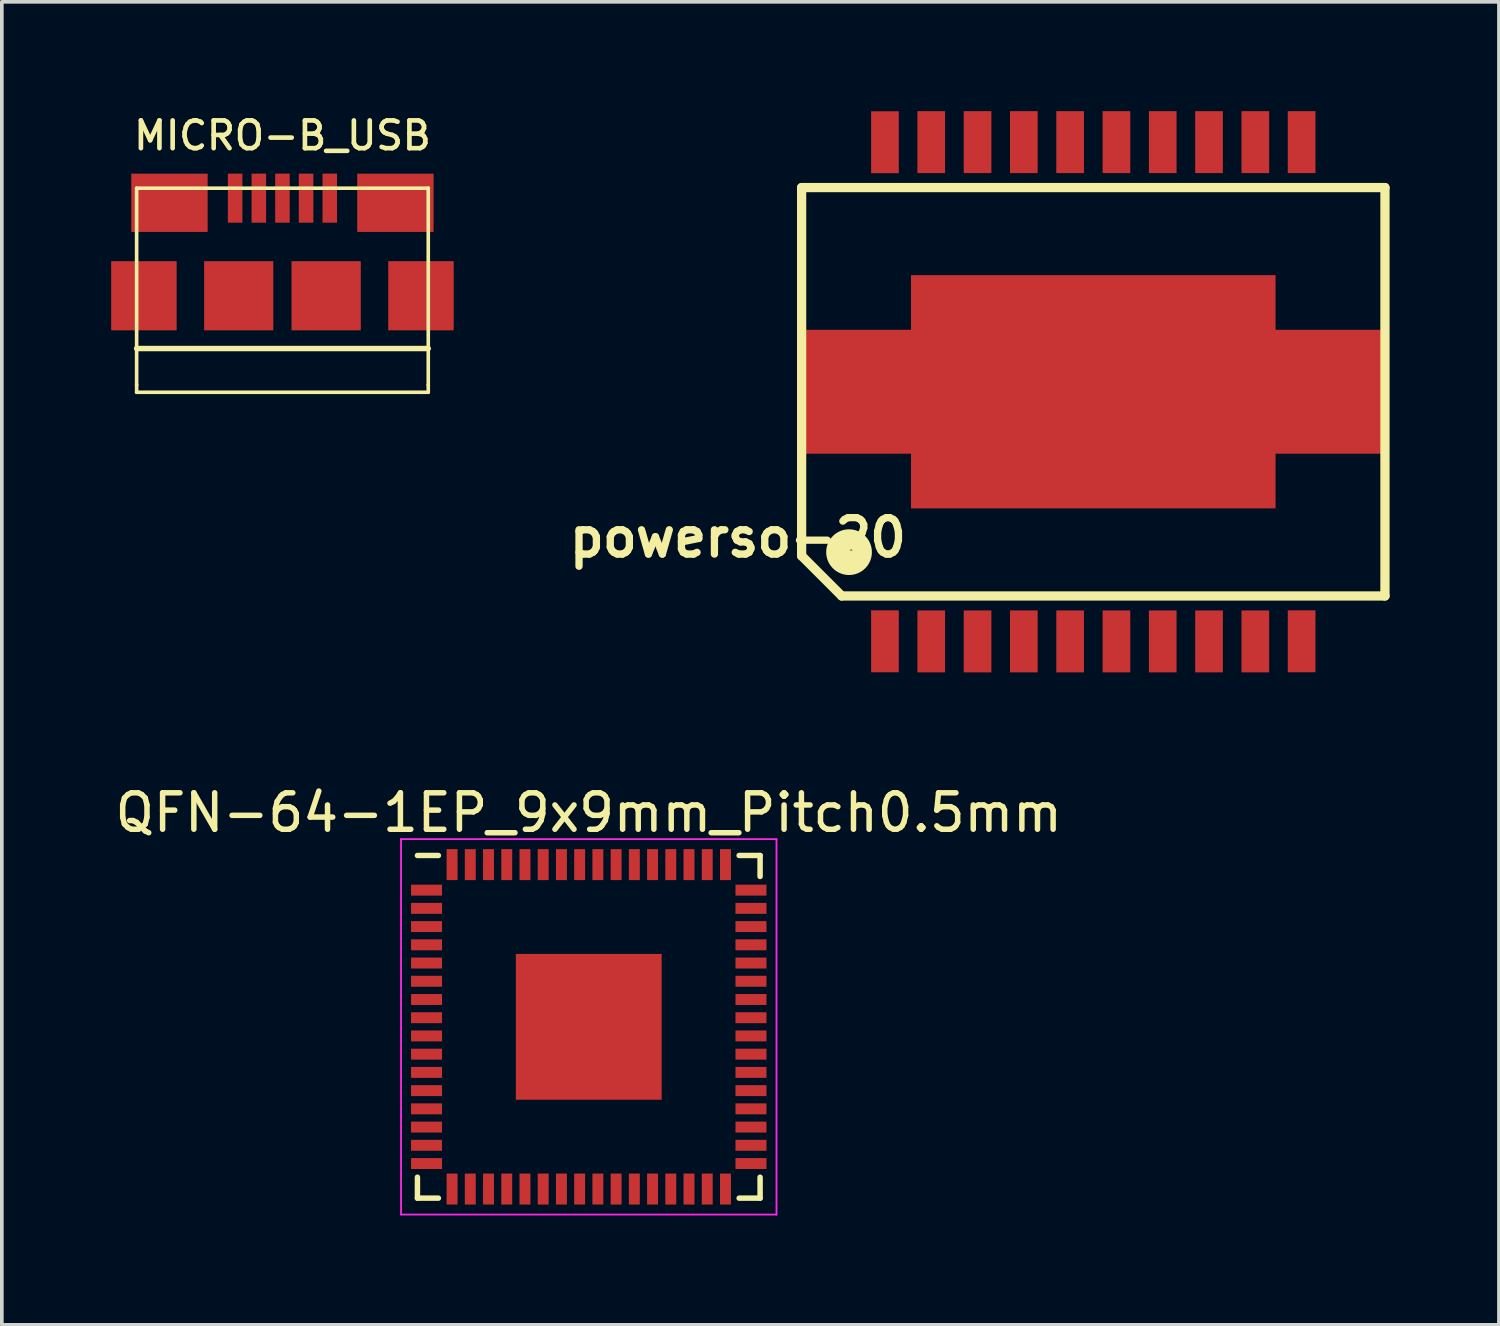
<source format=kicad_pcb>
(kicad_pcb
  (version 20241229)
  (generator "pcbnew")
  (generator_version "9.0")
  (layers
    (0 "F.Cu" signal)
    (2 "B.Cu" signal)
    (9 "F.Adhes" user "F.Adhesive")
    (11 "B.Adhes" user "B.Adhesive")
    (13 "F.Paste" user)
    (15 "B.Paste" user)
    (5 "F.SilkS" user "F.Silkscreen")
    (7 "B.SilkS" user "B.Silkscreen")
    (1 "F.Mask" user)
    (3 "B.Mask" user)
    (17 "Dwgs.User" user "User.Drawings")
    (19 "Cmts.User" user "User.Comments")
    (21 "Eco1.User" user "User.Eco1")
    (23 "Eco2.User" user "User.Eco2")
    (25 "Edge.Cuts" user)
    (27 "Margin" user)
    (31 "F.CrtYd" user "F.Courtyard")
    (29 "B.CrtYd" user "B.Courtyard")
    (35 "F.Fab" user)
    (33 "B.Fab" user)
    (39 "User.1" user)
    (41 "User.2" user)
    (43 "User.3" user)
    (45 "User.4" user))
  (footprint "QFN-64-1EP_9x9mm_Pitch0.5mm"
    (layer "F.Cu")
    (at 13.101 25.118)
    (property "Reference" "QFN-64-1EP_9x9mm_Pitch0.5mm" (at 0 -5.875 0) (layer "F.SilkS") (effects (font (size 1 1) (thickness 0.15))))
    (attr smd)
    (fp_line (start -4.7 -4.7) (end -4.125 -4.7) (stroke (width 0.15) (type solid)) (layer "F.SilkS"))
    (fp_line (start -4.7 4.7) (end -4.7 4.125) (stroke (width 0.15) (type solid)) (layer "F.SilkS"))
    (fp_line (start -4.7 4.7) (end -4.125 4.7) (stroke (width 0.15) (type solid)) (layer "F.SilkS"))
    (fp_line (start 4.7 -4.7) (end 4.125 -4.7) (stroke (width 0.15) (type solid)) (layer "F.SilkS"))
    (fp_line (start 4.7 -4.7) (end 4.7 -4.125) (stroke (width 0.15) (type solid)) (layer "F.SilkS"))
    (fp_line (start 4.7 4.7) (end 4.125 4.7) (stroke (width 0.15) (type solid)) (layer "F.SilkS"))
    (fp_line (start 4.7 4.7) (end 4.7 4.125) (stroke (width 0.15) (type solid)) (layer "F.SilkS"))
    (fp_line (start -5.15 -5.15) (end -5.15 5.15) (stroke (width 0.05) (type solid)) (layer "F.CrtYd"))
    (fp_line (start -5.15 -5.15) (end 5.15 -5.15) (stroke (width 0.05) (type solid)) (layer "F.CrtYd"))
    (fp_line (start -5.15 5.15) (end 5.15 5.15) (stroke (width 0.05) (type solid)) (layer "F.CrtYd"))
    (fp_line (start 5.15 -5.15) (end 5.15 5.15) (stroke (width 0.05) (type solid)) (layer "F.CrtYd"))
    (pad "1" smd rect (at -4.45 -3.75) (size 0.85 0.3) (layers "F.Cu" "F.Mask" "F.Paste"))
    (pad "2" smd rect (at -4.45 -3.25) (size 0.85 0.3) (layers "F.Cu" "F.Mask" "F.Paste"))
    (pad "3" smd rect (at -4.45 -2.75) (size 0.85 0.3) (layers "F.Cu" "F.Mask" "F.Paste"))
    (pad "4" smd rect (at -4.45 -2.25) (size 0.85 0.3) (layers "F.Cu" "F.Mask" "F.Paste"))
    (pad "5" smd rect (at -4.45 -1.75) (size 0.85 0.3) (layers "F.Cu" "F.Mask" "F.Paste"))
    (pad "6" smd rect (at -4.45 -1.25) (size 0.85 0.3) (layers "F.Cu" "F.Mask" "F.Paste"))
    (pad "7" smd rect (at -4.45 -0.75) (size 0.85 0.3) (layers "F.Cu" "F.Mask" "F.Paste"))
    (pad "8" smd rect (at -4.45 -0.25) (size 0.85 0.3) (layers "F.Cu" "F.Mask" "F.Paste"))
    (pad "9" smd rect (at -4.45 0.25) (size 0.85 0.3) (layers "F.Cu" "F.Mask" "F.Paste"))
    (pad "10" smd rect (at -4.45 0.75) (size 0.85 0.3) (layers "F.Cu" "F.Mask" "F.Paste"))
    (pad "11" smd rect (at -4.45 1.25) (size 0.85 0.3) (layers "F.Cu" "F.Mask" "F.Paste"))
    (pad "12" smd rect (at -4.45 1.75) (size 0.85 0.3) (layers "F.Cu" "F.Mask" "F.Paste"))
    (pad "13" smd rect (at -4.45 2.25) (size 0.85 0.3) (layers "F.Cu" "F.Mask" "F.Paste"))
    (pad "14" smd rect (at -4.45 2.75) (size 0.85 0.3) (layers "F.Cu" "F.Mask" "F.Paste"))
    (pad "15" smd rect (at -4.45 3.25) (size 0.85 0.3) (layers "F.Cu" "F.Mask" "F.Paste"))
    (pad "16" smd rect (at -4.45 3.75) (size 0.85 0.3) (layers "F.Cu" "F.Mask" "F.Paste"))
    (pad "17" smd rect (at -3.75 4.45 90) (size 0.85 0.3) (layers "F.Cu" "F.Mask" "F.Paste"))
    (pad "18" smd rect (at -3.25 4.45 90) (size 0.85 0.3) (layers "F.Cu" "F.Mask" "F.Paste"))
    (pad "19" smd rect (at -2.75 4.45 90) (size 0.85 0.3) (layers "F.Cu" "F.Mask" "F.Paste"))
    (pad "20" smd rect (at -2.25 4.45 90) (size 0.85 0.3) (layers "F.Cu" "F.Mask" "F.Paste"))
    (pad "21" smd rect (at -1.75 4.45 90) (size 0.85 0.3) (layers "F.Cu" "F.Mask" "F.Paste"))
    (pad "22" smd rect (at -1.25 4.45 90) (size 0.85 0.3) (layers "F.Cu" "F.Mask" "F.Paste"))
    (pad "23" smd rect (at -0.75 4.45 90) (size 0.85 0.3) (layers "F.Cu" "F.Mask" "F.Paste"))
    (pad "24" smd rect (at -0.25 4.45 90) (size 0.85 0.3) (layers "F.Cu" "F.Mask" "F.Paste"))
    (pad "25" smd rect (at 0.25 4.45 90) (size 0.85 0.3) (layers "F.Cu" "F.Mask" "F.Paste"))
    (pad "26" smd rect (at 0.75 4.45 90) (size 0.85 0.3) (layers "F.Cu" "F.Mask" "F.Paste"))
    (pad "27" smd rect (at 1.25 4.45 90) (size 0.85 0.3) (layers "F.Cu" "F.Mask" "F.Paste"))
    (pad "28" smd rect (at 1.75 4.45 90) (size 0.85 0.3) (layers "F.Cu" "F.Mask" "F.Paste"))
    (pad "29" smd rect (at 2.25 4.45 90) (size 0.85 0.3) (layers "F.Cu" "F.Mask" "F.Paste"))
    (pad "30" smd rect (at 2.75 4.45 90) (size 0.85 0.3) (layers "F.Cu" "F.Mask" "F.Paste"))
    (pad "31" smd rect (at 3.25 4.45 90) (size 0.85 0.3) (layers "F.Cu" "F.Mask" "F.Paste"))
    (pad "32" smd rect (at 3.75 4.45 90) (size 0.85 0.3) (layers "F.Cu" "F.Mask" "F.Paste"))
    (pad "33" smd rect (at 4.45 3.75) (size 0.85 0.3) (layers "F.Cu" "F.Mask" "F.Paste"))
    (pad "34" smd rect (at 4.45 3.25) (size 0.85 0.3) (layers "F.Cu" "F.Mask" "F.Paste"))
    (pad "35" smd rect (at 4.45 2.75) (size 0.85 0.3) (layers "F.Cu" "F.Mask" "F.Paste"))
    (pad "36" smd rect (at 4.45 2.25) (size 0.85 0.3) (layers "F.Cu" "F.Mask" "F.Paste"))
    (pad "37" smd rect (at 4.45 1.75) (size 0.85 0.3) (layers "F.Cu" "F.Mask" "F.Paste"))
    (pad "38" smd rect (at 4.45 1.25) (size 0.85 0.3) (layers "F.Cu" "F.Mask" "F.Paste"))
    (pad "39" smd rect (at 4.45 0.75) (size 0.85 0.3) (layers "F.Cu" "F.Mask" "F.Paste"))
    (pad "40" smd rect (at 4.45 0.25) (size 0.85 0.3) (layers "F.Cu" "F.Mask" "F.Paste"))
    (pad "41" smd rect (at 4.45 -0.25) (size 0.85 0.3) (layers "F.Cu" "F.Mask" "F.Paste"))
    (pad "42" smd rect (at 4.45 -0.75) (size 0.85 0.3) (layers "F.Cu" "F.Mask" "F.Paste"))
    (pad "43" smd rect (at 4.45 -1.25) (size 0.85 0.3) (layers "F.Cu" "F.Mask" "F.Paste"))
    (pad "44" smd rect (at 4.45 -1.75) (size 0.85 0.3) (layers "F.Cu" "F.Mask" "F.Paste"))
    (pad "45" smd rect (at 4.45 -2.25) (size 0.85 0.3) (layers "F.Cu" "F.Mask" "F.Paste"))
    (pad "46" smd rect (at 4.45 -2.75) (size 0.85 0.3) (layers "F.Cu" "F.Mask" "F.Paste"))
    (pad "47" smd rect (at 4.45 -3.25) (size 0.85 0.3) (layers "F.Cu" "F.Mask" "F.Paste"))
    (pad "48" smd rect (at 4.45 -3.75) (size 0.85 0.3) (layers "F.Cu" "F.Mask" "F.Paste"))
    (pad "49" smd rect (at 3.75 -4.45 90) (size 0.85 0.3) (layers "F.Cu" "F.Mask" "F.Paste"))
    (pad "50" smd rect (at 3.25 -4.45 90) (size 0.85 0.3) (layers "F.Cu" "F.Mask" "F.Paste"))
    (pad "51" smd rect (at 2.75 -4.45 90) (size 0.85 0.3) (layers "F.Cu" "F.Mask" "F.Paste"))
    (pad "52" smd rect (at 2.25 -4.45 90) (size 0.85 0.3) (layers "F.Cu" "F.Mask" "F.Paste"))
    (pad "53" smd rect (at 1.75 -4.45 90) (size 0.85 0.3) (layers "F.Cu" "F.Mask" "F.Paste"))
    (pad "54" smd rect (at 1.25 -4.45 90) (size 0.85 0.3) (layers "F.Cu" "F.Mask" "F.Paste"))
    (pad "55" smd rect (at 0.75 -4.45 90) (size 0.85 0.3) (layers "F.Cu" "F.Mask" "F.Paste"))
    (pad "56" smd rect (at 0.25 -4.45 90) (size 0.85 0.3) (layers "F.Cu" "F.Mask" "F.Paste"))
    (pad "57" smd rect (at -0.25 -4.45 90) (size 0.85 0.3) (layers "F.Cu" "F.Mask" "F.Paste"))
    (pad "58" smd rect (at -0.75 -4.45 90) (size 0.85 0.3) (layers "F.Cu" "F.Mask" "F.Paste"))
    (pad "59" smd rect (at -1.25 -4.45 90) (size 0.85 0.3) (layers "F.Cu" "F.Mask" "F.Paste"))
    (pad "60" smd rect (at -1.75 -4.45 90) (size 0.85 0.3) (layers "F.Cu" "F.Mask" "F.Paste"))
    (pad "61" smd rect (at -2.25 -4.45 90) (size 0.85 0.3) (layers "F.Cu" "F.Mask" "F.Paste"))
    (pad "62" smd rect (at -2.75 -4.45 90) (size 0.85 0.3) (layers "F.Cu" "F.Mask" "F.Paste"))
    (pad "63" smd rect (at -3.25 -4.45 90) (size 0.85 0.3) (layers "F.Cu" "F.Mask" "F.Paste"))
    (pad "64" smd rect (at -3.75 -4.45 90) (size 0.85 0.3) (layers "F.Cu" "F.Mask" "F.Paste"))
    (pad "65" smd rect (at 0 0) (size 4 4) (layers "F.Cu" "F.Mask" "F.Paste")))
  (footprint "MICRO-B_USB"
    (layer "F.Cu")
    (at 4.698 6.511)
    (property "Reference" "MICRO-B_USB" (at 0 -5.842 0) (layer "F.SilkS") (effects (font (size 0.762 0.762) (thickness 0.127))))
    (attr through_hole)
    (fp_line (start -4 -4.399) (end 4 -4.399) (stroke (width 0.099) (type solid)) (layer "F.SilkS"))
    (fp_line (start -4 1.001) (end -4 -4.399) (stroke (width 0.099) (type solid)) (layer "F.SilkS"))
    (fp_line (start -4 1.001) (end -4 1.199) (stroke (width 0.099) (type solid)) (layer "F.SilkS"))
    (fp_line (start -4 0) (end 4 0) (stroke (width 0.15) (type solid)) (layer "F.SilkS"))
    (fp_line (start 4 -4.399) (end 4 1.001) (stroke (width 0.099) (type solid)) (layer "F.SilkS"))
    (fp_line (start 4 1.001) (end 4 1.199) (stroke (width 0.099) (type solid)) (layer "F.SilkS"))
    (fp_line (start 4 1.199) (end -4 1.199) (stroke (width 0.099) (type solid)) (layer "F.SilkS"))
    (pad "1" smd rect (at -1.298 -4.125) (size 0.399 1.346) (layers "F.Cu" "F.Mask" "F.Paste"))
    (pad "2" smd rect (at -0.648 -4.125) (size 0.399 1.346) (layers "F.Cu" "F.Mask" "F.Paste"))
    (pad "3" smd rect (at 0 -4.125) (size 0.399 1.346) (layers "F.Cu" "F.Mask" "F.Paste"))
    (pad "4" smd rect (at 0.648 -4.125) (size 0.399 1.346) (layers "F.Cu" "F.Mask" "F.Paste"))
    (pad "5" smd rect (at -3.099 -3.998) (size 2.095 1.598) (layers "F.Cu" "F.Mask" "F.Paste"))
    (pad "5" smd rect (at 1.298 -4.125) (size 0.399 1.346) (layers "F.Cu" "F.Mask" "F.Paste"))
    (pad "5" smd rect (at 3.099 -3.998) (size 2.095 1.598) (layers "F.Cu" "F.Mask" "F.Paste"))
    (pad "6" smd rect (at -3.8 -1.448) (size 1.796 1.897) (layers "F.Cu" "F.Mask" "F.Paste"))
    (pad "7" smd rect (at -1.199 -1.448) (size 1.897 1.897) (layers "F.Cu" "F.Mask" "F.Paste"))
    (pad "8" smd rect (at 1.199 -1.448) (size 1.9 1.897) (layers "F.Cu" "F.Mask" "F.Paste"))
    (pad "9" smd rect (at 3.8 -1.448) (size 1.796 1.897) (layers "F.Cu" "F.Mask" "F.Paste")))
  (footprint "powerso-20"
    (layer "F.Cu")
    (at 26.941 7.697)
    (property "Reference" "powerso-20" (at -9.75 4 0) (layer "F.SilkS") (effects (font (size 1 1) (thickness 0.2))))
    (attr through_hole)
    (fp_line (start -8.001 -5.601) (end 8.001 -5.601) (stroke (width 0.254) (type solid)) (layer "F.SilkS"))
    (fp_line (start -8.001 4.501) (end -8.001 -5.601) (stroke (width 0.254) (type solid)) (layer "F.SilkS"))
    (fp_line (start -6.901 5.601) (end -8.001 4.501) (stroke (width 0.254) (type solid)) (layer "F.SilkS"))
    (fp_line (start -6.901 5.601) (end 8.001 5.601) (stroke (width 0.254) (type solid)) (layer "F.SilkS"))
    (fp_line (start 8.001 -5.601) (end 8.001 5.601) (stroke (width 0.254) (type solid)) (layer "F.SilkS"))
    (fp_circle (center -6.7 4.4) (end -7.2 4.4) (stroke (width 0.254) (type solid)) (fill no) (layer "F.SilkS"))
    (fp_circle (center -6.7 4.4) (end -7 4.4) (stroke (width 0.254) (type solid)) (fill no) (layer "F.SilkS"))
    (fp_circle (center -6.7 4.4) (end -6.8 4.4) (stroke (width 0.254) (type solid)) (fill no) (layer "F.SilkS"))
    (pad "1" smd rect (at -5.715 6.845) (size 0.759 1.699) (layers "F.Cu" "F.Mask" "F.Paste"))
    (pad "2" smd rect (at -4.445 6.848) (size 0.759 1.699) (layers "F.Cu" "F.Mask" "F.Paste"))
    (pad "3" smd rect (at -3.175 6.848) (size 0.759 1.699) (layers "F.Cu" "F.Mask" "F.Paste"))
    (pad "4" smd rect (at -1.905 6.848) (size 0.759 1.699) (layers "F.Cu" "F.Mask" "F.Paste"))
    (pad "5" smd rect (at -0.635 6.848) (size 0.759 1.699) (layers "F.Cu" "F.Mask" "F.Paste"))
    (pad "6" smd rect (at 0.635 6.848) (size 0.759 1.699) (layers "F.Cu" "F.Mask" "F.Paste"))
    (pad "7" smd rect (at 1.905 6.848) (size 0.759 1.699) (layers "F.Cu" "F.Mask" "F.Paste"))
    (pad "8" smd rect (at 3.175 6.848) (size 0.759 1.699) (layers "F.Cu" "F.Mask" "F.Paste"))
    (pad "9" smd rect (at 4.445 6.848) (size 0.759 1.699) (layers "F.Cu" "F.Mask" "F.Paste"))
    (pad "10" smd rect (at 5.715 6.845) (size 0.759 1.699) (layers "F.Cu" "F.Mask" "F.Paste"))
    (pad "11" smd rect (at 5.715 -6.848) (size 0.759 1.699) (layers "F.Cu" "F.Mask" "F.Paste"))
    (pad "12" smd rect (at 4.445 -6.848) (size 0.759 1.699) (layers "F.Cu" "F.Mask" "F.Paste"))
    (pad "13" smd rect (at 3.175 -6.848) (size 0.759 1.699) (layers "F.Cu" "F.Mask" "F.Paste"))
    (pad "14" smd rect (at 1.905 -6.848) (size 0.759 1.699) (layers "F.Cu" "F.Mask" "F.Paste"))
    (pad "15" smd rect (at 0.635 -6.848) (size 0.759 1.699) (layers "F.Cu" "F.Mask" "F.Paste"))
    (pad "16" smd rect (at -0.635 -6.848) (size 0.759 1.699) (layers "F.Cu" "F.Mask" "F.Paste"))
    (pad "17" smd rect (at -1.905 -6.848) (size 0.759 1.699) (layers "F.Cu" "F.Mask" "F.Paste"))
    (pad "18" smd rect (at -3.175 -6.848) (size 0.759 1.699) (layers "F.Cu" "F.Mask" "F.Paste"))
    (pad "19" smd rect (at -4.445 -6.848) (size 0.759 1.699) (layers "F.Cu" "F.Mask" "F.Paste"))
    (pad "20" smd rect (at -5.715 -6.845) (size 0.759 1.699) (layers "F.Cu" "F.Mask" "F.Paste"))
    (pad "21" smd rect (at 0 0) (size 10 6.398) (layers "F.Cu" "F.Mask" "F.Paste"))
    (pad "21" smd rect (at 0 0) (size 16.099 3.399) (layers "F.Cu" "F.Mask" "F.Paste")))
  (gr_rect
    (start -3 -3)
    (end 38.069 33.293)
    (stroke (width 0.1) (type default))
    (fill no)
    (layer "Edge.Cuts")))
</source>
